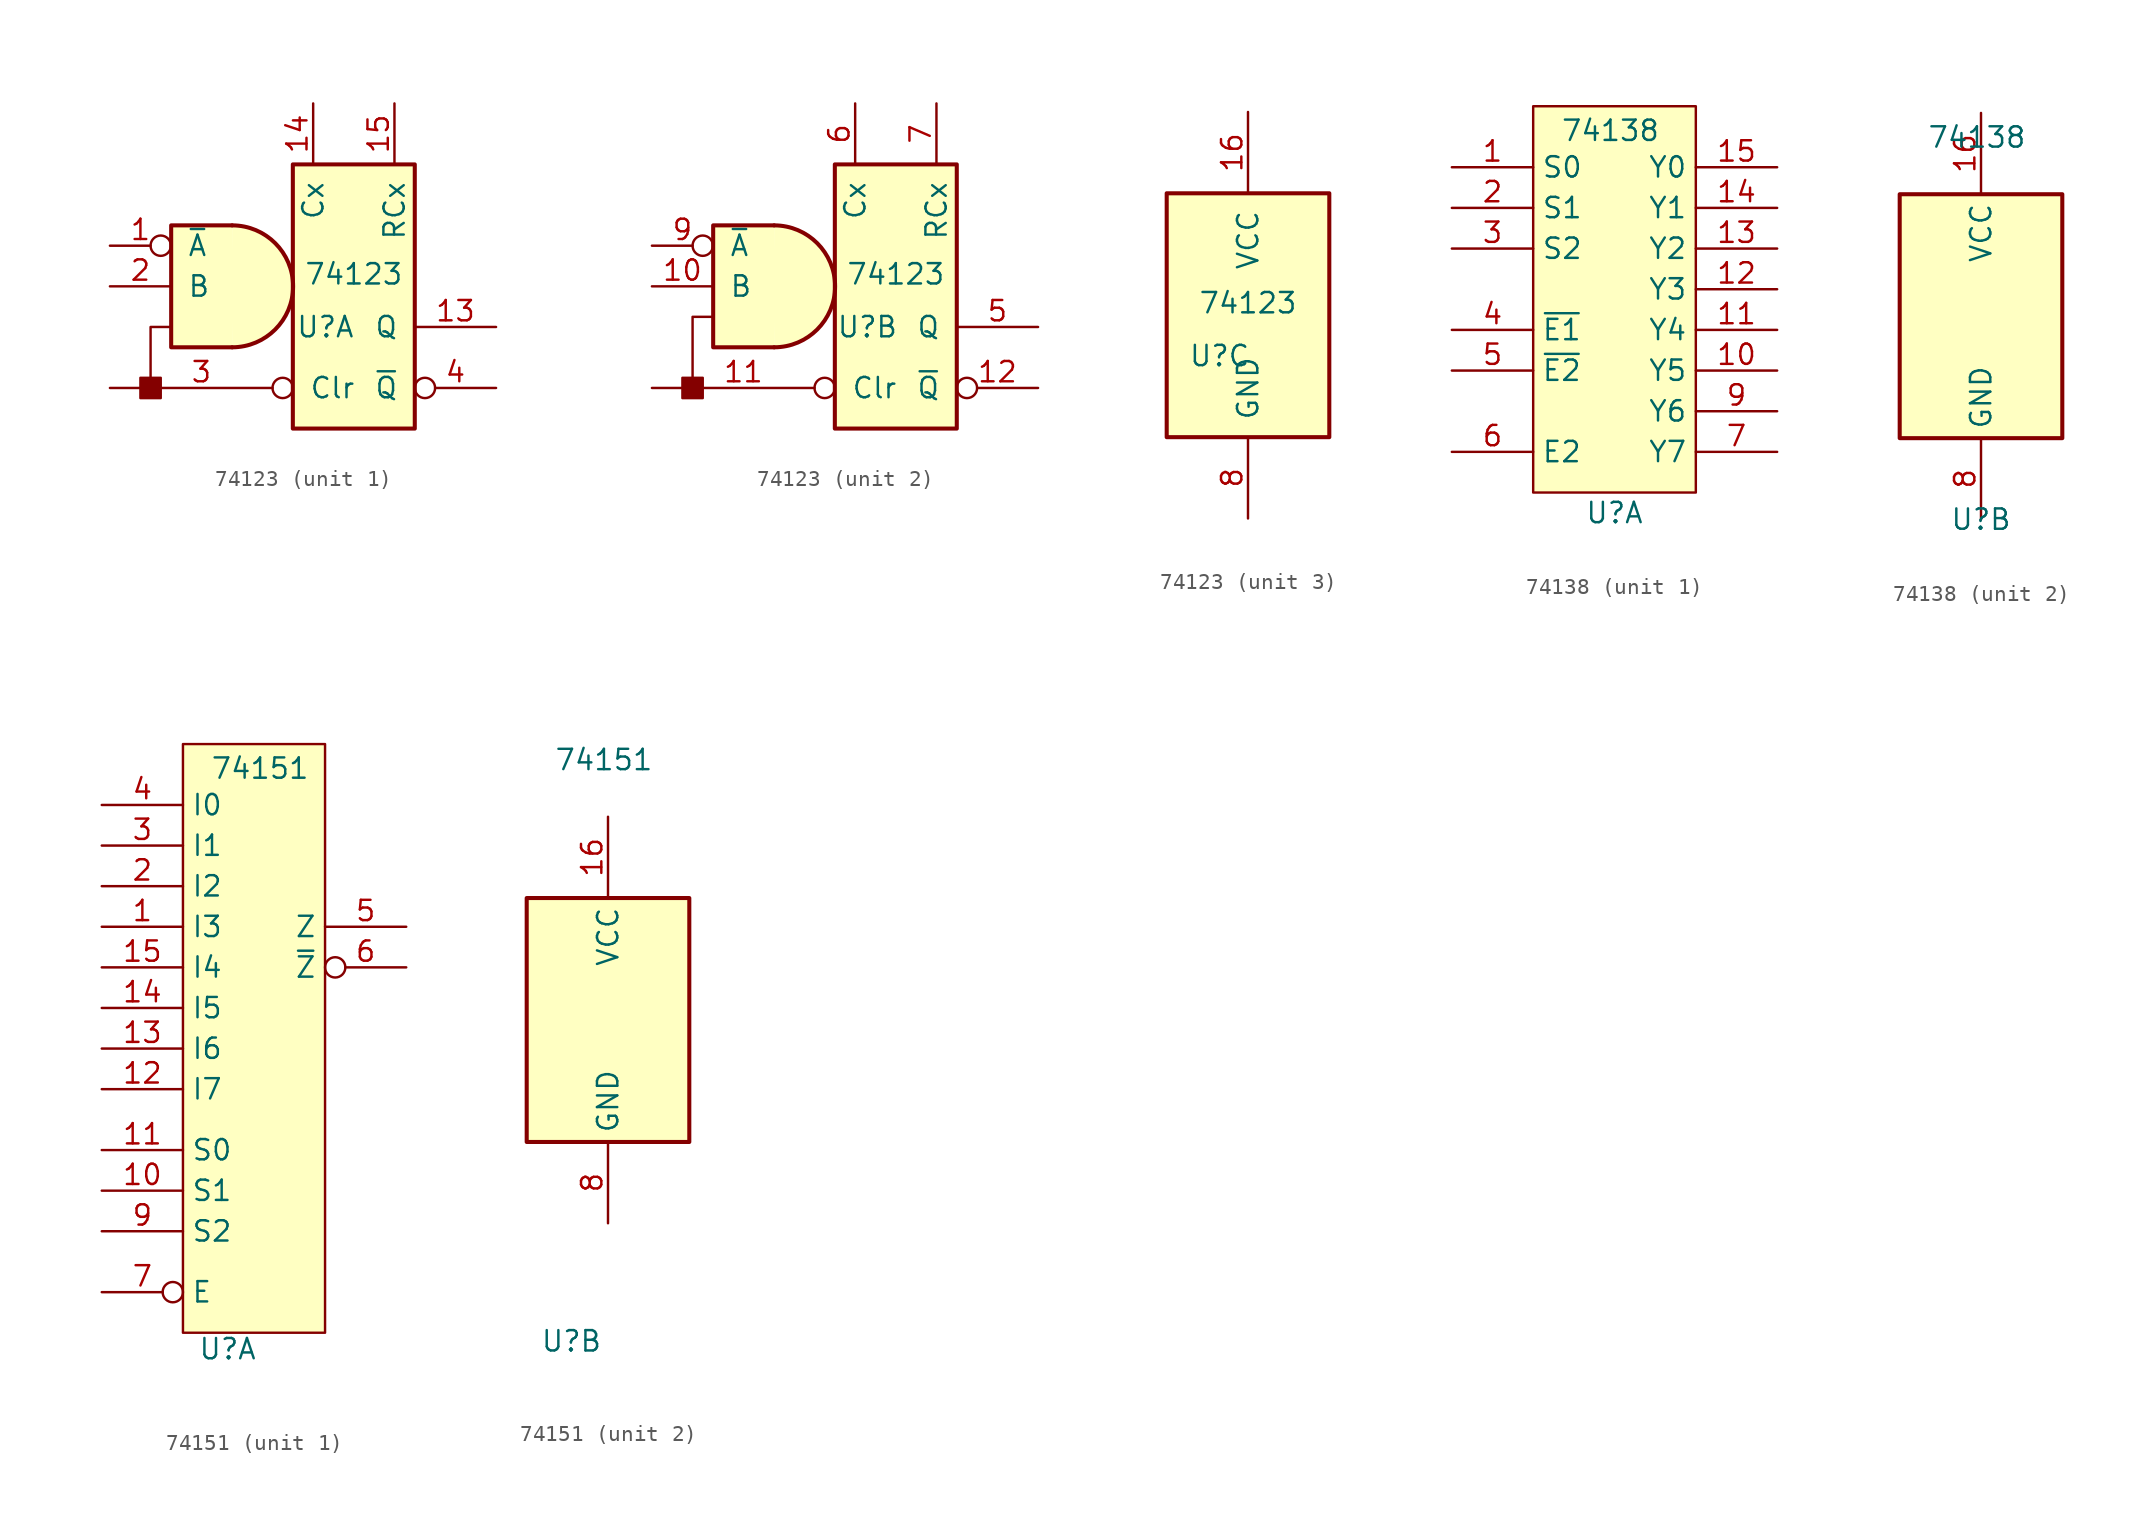
<source format=kicad_sym>
(kicad_symbol_lib
  (version 20241209)
  (generator "kicad_symbol_editor")
  (generator_version "9.0")
  (symbol "74123"
    (pin_names
      (offset 1.016))
    (property "Reference" "U"
      (at -1.778 -2.54 0)
      (effects (font (size 1.27 1.27))))
    (property "Value" "74123"
      (at 0 0.762 0)
      (effects (font (size 1.27 1.27))))
    (property "ki_locked" ""
      (at 0 0 0)
      (effects (font (size 1.27 1.27))))
    (symbol "74123_1_0"
      (pin input inverted (at -15.24 2.54 0) (length 3.81) (name "~{A}" (effects (font (size 1.27 1.27)))) (number "1" (effects (font (size 1.27 1.27)))))
      (pin input line (at -15.24 0 0) (length 3.81) (name "B" (effects (font (size 1.27 1.27)))) (number "2" (effects (font (size 1.27 1.27)))))
      (pin input inverted (at -15.24 -6.35 0) (length 11.43) (name "Clr" (effects (font (size 1.27 1.27)))) (number "3" (effects (font (size 1.27 1.27)))))
      (pin input line (at -2.54 11.43 270) (length 3.81) (name "Cx" (effects (font (size 1.27 1.27)))) (number "14" (effects (font (size 1.27 1.27)))))
      (pin input line (at 2.54 11.43 270) (length 3.81) (name "RCx" (effects (font (size 1.27 1.27)))) (number "15" (effects (font (size 1.27 1.27)))))
      (pin output line (at 8.89 -2.54 180) (length 5.08) (name "Q" (effects (font (size 1.27 1.27)))) (number "13" (effects (font (size 1.27 1.27)))))
      (pin output inverted (at 8.89 -6.35 180) (length 5.08) (name "~{Q}" (effects (font (size 1.27 1.27)))) (number "4" (effects (font (size 1.27 1.27))))))
    (symbol "74123_1_1"
      (rectangle (start -13.335 -5.715) (end -12.065 -6.985) (stroke (width 0) (type default)) (fill (type outline)))
      (polyline (pts (xy -11.43 -2.54) (xy -12.7 -2.54) (xy -12.7 -6.35)) (stroke (width 0) (type default)) (fill (type none)))
      (arc (start -7.6034 3.81) (mid -3.81 0) (end -7.6034 -3.81) (stroke (width 0.254) (type default)) (fill (type background)))
      (polyline (pts (xy -7.603 3.81) (xy -11.413 3.81) (xy -11.413 -3.81) (xy -7.603 -3.81)) (stroke (width 0.254) (type default)) (fill (type background)))
      (rectangle (start -3.81 7.62) (end 3.81 -8.89) (stroke (width 0.254) (type default)) (fill (type background))))
    (symbol "74123_2_0"
      (pin input inverted (at -15.24 2.54 0) (length 3.81) (name "~{A}" (effects (font (size 1.27 1.27)))) (number "9" (effects (font (size 1.27 1.27)))))
      (pin input line (at -15.24 0 0) (length 3.81) (name "B" (effects (font (size 1.27 1.27)))) (number "10" (effects (font (size 1.27 1.27)))))
      (pin input inverted (at -15.24 -6.35 0) (length 11.43) (name "Clr" (effects (font (size 1.27 1.27)))) (number "11" (effects (font (size 1.27 1.27)))))
      (pin input line (at -2.54 11.43 270) (length 3.81) (name "Cx" (effects (font (size 1.27 1.27)))) (number "6" (effects (font (size 1.27 1.27)))))
      (pin input line (at 2.54 11.43 270) (length 3.81) (name "RCx" (effects (font (size 1.27 1.27)))) (number "7" (effects (font (size 1.27 1.27)))))
      (pin output line (at 8.89 -2.54 180) (length 5.08) (name "Q" (effects (font (size 1.27 1.27)))) (number "5" (effects (font (size 1.27 1.27)))))
      (pin output inverted (at 8.89 -6.35 180) (length 5.08) (name "~{Q}" (effects (font (size 1.27 1.27)))) (number "12" (effects (font (size 1.27 1.27))))))
    (symbol "74123_2_1"
      (rectangle (start -13.335 -5.715) (end -12.065 -6.985) (stroke (width 0) (type default)) (fill (type outline)))
      (polyline (pts (xy -11.43 -1.905) (xy -12.7 -1.905) (xy -12.7 -5.715)) (stroke (width 0) (type default)) (fill (type none)))
      (arc (start -7.6034 3.81) (mid -3.81 0) (end -7.6034 -3.81) (stroke (width 0.254) (type default)) (fill (type background)))
      (polyline (pts (xy -7.603 3.81) (xy -11.413 3.81) (xy -11.413 -3.81) (xy -7.603 -3.81)) (stroke (width 0.254) (type default)) (fill (type background)))
      (rectangle (start -3.81 7.62) (end 3.81 -8.89) (stroke (width 0.254) (type default)) (fill (type background))))
    (symbol "74123_3_0"
      (pin power_in line (at 0 12.7 270) (length 5.08) (name "VCC" (effects (font (size 1.27 1.27)))) (number "16" (effects (font (size 1.27 1.27)))))
      (pin power_in line (at 0 -12.7 90) (length 5.08) (name "GND" (effects (font (size 1.27 1.27)))) (number "8" (effects (font (size 1.27 1.27))))))
    (symbol "74123_3_1"
      (rectangle (start -5.08 7.62) (end 5.08 -7.62) (stroke (width 0.254) (type default)) (fill (type background)))))
  (symbol "74138"
    (property "Reference" "U"
      (at 0 -12.7 0)
      (effects (font (size 1.27 1.27))))
    (property "Value" "74138"
      (at -0.254 11.176 0)
      (effects (font (size 1.27 1.27))))
    (property "ki_locked" ""
      (at 0 0 0)
      (effects (font (size 1.27 1.27))))
    (symbol "74138_1_1"
      (rectangle (start -5.08 12.7) (end 5.08 -11.43) (stroke (width 0) (type default)) (fill (type background)))
      (pin input line (at -10.16 8.89 0) (length 5.08) (name "S0" (effects (font (size 1.27 1.27)))) (number "1" (effects (font (size 1.27 1.27)))))
      (pin input line (at -10.16 6.35 0) (length 5.08) (name "S1" (effects (font (size 1.27 1.27)))) (number "2" (effects (font (size 1.27 1.27)))))
      (pin input line (at -10.16 3.81 0) (length 5.08) (name "S2" (effects (font (size 1.27 1.27)))) (number "3" (effects (font (size 1.27 1.27)))))
      (pin input line (at -10.16 -1.27 0) (length 5.08) (name "~{E1}" (effects (font (size 1.27 1.27)))) (number "4" (effects (font (size 1.27 1.27)))))
      (pin input line (at -10.16 -3.81 0) (length 5.08) (name "~{E2}" (effects (font (size 1.27 1.27)))) (number "5" (effects (font (size 1.27 1.27)))))
      (pin input line (at -10.16 -8.89 0) (length 5.08) (name "E2" (effects (font (size 1.27 1.27)))) (number "6" (effects (font (size 1.27 1.27)))))
      (pin output line (at 10.16 8.89 180) (length 5.08) (name "Y0" (effects (font (size 1.27 1.27)))) (number "15" (effects (font (size 1.27 1.27)))))
      (pin output line (at 10.16 6.35 180) (length 5.08) (name "Y1" (effects (font (size 1.27 1.27)))) (number "14" (effects (font (size 1.27 1.27)))))
      (pin output line (at 10.16 3.81 180) (length 5.08) (name "Y2" (effects (font (size 1.27 1.27)))) (number "13" (effects (font (size 1.27 1.27)))))
      (pin output line (at 10.16 1.27 180) (length 5.08) (name "Y3" (effects (font (size 1.27 1.27)))) (number "12" (effects (font (size 1.27 1.27)))))
      (pin output line (at 10.16 -1.27 180) (length 5.08) (name "Y4" (effects (font (size 1.27 1.27)))) (number "11" (effects (font (size 1.27 1.27)))))
      (pin output line (at 10.16 -3.81 180) (length 5.08) (name "Y5" (effects (font (size 1.27 1.27)))) (number "10" (effects (font (size 1.27 1.27)))))
      (pin output line (at 10.16 -6.35 180) (length 5.08) (name "Y6" (effects (font (size 1.27 1.27)))) (number "9" (effects (font (size 1.27 1.27)))))
      (pin output line (at 10.16 -8.89 180) (length 5.08) (name "Y7" (effects (font (size 1.27 1.27)))) (number "7" (effects (font (size 1.27 1.27))))))
    (symbol "74138_2_0"
      (pin power_in line (at 0 12.7 270) (length 5.08) (name "VCC" (effects (font (size 1.27 1.27)))) (number "16" (effects (font (size 1.27 1.27)))))
      (pin power_in line (at 0 -12.7 90) (length 5.08) (name "GND" (effects (font (size 1.27 1.27)))) (number "8" (effects (font (size 1.27 1.27))))))
    (symbol "74138_2_1"
      (rectangle (start -5.08 7.62) (end 5.08 -7.62) (stroke (width 0.254) (type default)) (fill (type background)))))
  (symbol "74151"
    (property "Reference" "U"
      (at -2.286 -20.066 0)
      (effects (font (size 1.27 1.27))))
    (property "Value" "74151"
      (at -0.254 16.256 0)
      (effects (font (size 1.27 1.27))))
    (property "ki_locked" ""
      (at 0 0 0)
      (effects (font (size 1.27 1.27))))
    (symbol "74151_1_1"
      (rectangle (start -5.08 17.78) (end 3.81 -19.05) (stroke (width 0) (type default)) (fill (type background)))
      (pin input line (at -10.16 13.97 0) (length 5.08) (name "I0" (effects (font (size 1.27 1.27)))) (number "4" (effects (font (size 1.27 1.27)))))
      (pin input line (at -10.16 11.43 0) (length 5.08) (name "I1" (effects (font (size 1.27 1.27)))) (number "3" (effects (font (size 1.27 1.27)))))
      (pin input line (at -10.16 8.89 0) (length 5.08) (name "I2" (effects (font (size 1.27 1.27)))) (number "2" (effects (font (size 1.27 1.27)))))
      (pin input line (at -10.16 6.35 0) (length 5.08) (name "I3" (effects (font (size 1.27 1.27)))) (number "1" (effects (font (size 1.27 1.27)))))
      (pin input line (at -10.16 3.81 0) (length 5.08) (name "I4" (effects (font (size 1.27 1.27)))) (number "15" (effects (font (size 1.27 1.27)))))
      (pin input line (at -10.16 1.27 0) (length 5.08) (name "I5" (effects (font (size 1.27 1.27)))) (number "14" (effects (font (size 1.27 1.27)))))
      (pin input line (at -10.16 -1.27 0) (length 5.08) (name "I6" (effects (font (size 1.27 1.27)))) (number "13" (effects (font (size 1.27 1.27)))))
      (pin input line (at -10.16 -3.81 0) (length 5.08) (name "I7" (effects (font (size 1.27 1.27)))) (number "12" (effects (font (size 1.27 1.27)))))
      (pin input line (at -10.16 -7.62 0) (length 5.08) (name "S0" (effects (font (size 1.27 1.27)))) (number "11" (effects (font (size 1.27 1.27)))))
      (pin input line (at -10.16 -10.16 0) (length 5.08) (name "S1" (effects (font (size 1.27 1.27)))) (number "10" (effects (font (size 1.27 1.27)))))
      (pin input line (at -10.16 -12.7 0) (length 5.08) (name "S2" (effects (font (size 1.27 1.27)))) (number "9" (effects (font (size 1.27 1.27)))))
      (pin input inverted (at -10.16 -16.51 0) (length 5.08) (name "E" (effects (font (size 1.27 1.27)))) (number "7" (effects (font (size 1.27 1.27)))))
      (pin output line (at 8.89 6.35 180) (length 5.08) (name "Z" (effects (font (size 1.27 1.27)))) (number "5" (effects (font (size 1.27 1.27)))))
      (pin output inverted (at 8.89 3.81 180) (length 5.08) (name "~{Z}" (effects (font (size 1.27 1.27)))) (number "6" (effects (font (size 1.27 1.27))))))
    (symbol "74151_2_0"
      (pin power_in line (at 0 12.7 270) (length 5.08) (name "VCC" (effects (font (size 1.27 1.27)))) (number "16" (effects (font (size 1.27 1.27)))))
      (pin power_in line (at 0 -12.7 90) (length 5.08) (name "GND" (effects (font (size 1.27 1.27)))) (number "8" (effects (font (size 1.27 1.27))))))
    (symbol "74151_2_1"
      (rectangle (start -5.08 7.62) (end 5.08 -7.62) (stroke (width 0.254) (type default)) (fill (type background))))))
</source>
